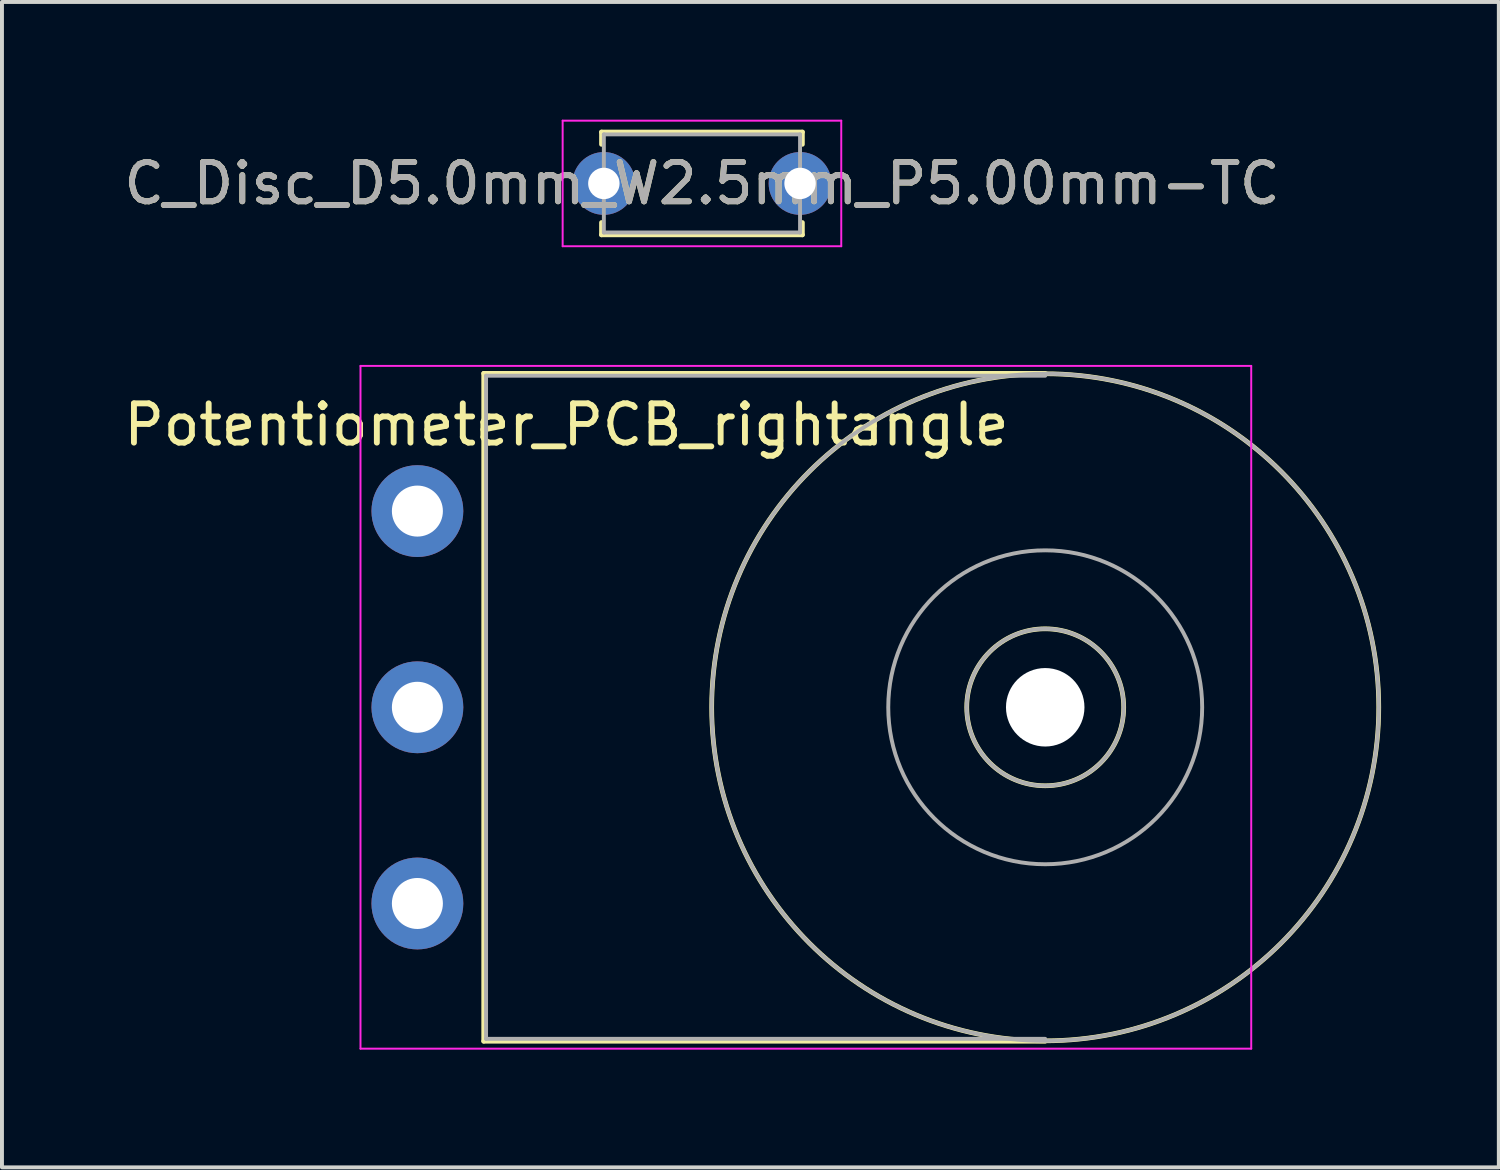
<source format=kicad_pcb>
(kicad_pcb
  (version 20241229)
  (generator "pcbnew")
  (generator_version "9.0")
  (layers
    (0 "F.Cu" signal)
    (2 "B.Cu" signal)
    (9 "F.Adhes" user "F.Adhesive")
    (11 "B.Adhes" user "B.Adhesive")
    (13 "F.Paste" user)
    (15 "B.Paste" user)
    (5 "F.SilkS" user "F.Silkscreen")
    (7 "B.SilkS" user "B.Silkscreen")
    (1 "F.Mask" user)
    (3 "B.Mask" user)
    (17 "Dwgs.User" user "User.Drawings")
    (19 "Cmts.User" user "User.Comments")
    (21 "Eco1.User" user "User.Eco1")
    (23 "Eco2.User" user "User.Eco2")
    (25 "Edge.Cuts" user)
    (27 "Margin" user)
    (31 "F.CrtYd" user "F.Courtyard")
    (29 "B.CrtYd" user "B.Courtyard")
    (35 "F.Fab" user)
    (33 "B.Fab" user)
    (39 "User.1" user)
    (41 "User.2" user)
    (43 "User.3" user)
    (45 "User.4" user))
  (footprint "Potentiometer_PCB_rightangle"
    (layer "F.Cu")
    (at 7.587 19.975)
    (property "Reference" "Potentiometer_PCB_rightangle" (at 3.8 -12.2 0) (layer "F.SilkS") (effects (font (size 1 1) (thickness 0.15))))
    (attr through_hole)
    (fp_line (start 1.69 -13.51) (end 1.69 3.51) (stroke (width 0.12) (type solid)) (layer "F.SilkS"))
    (fp_line (start 1.69 -13.51) (end 16 -13.51) (stroke (width 0.12) (type solid)) (layer "F.SilkS"))
    (fp_line (start 1.69 3.51) (end 16 3.51) (stroke (width 0.12) (type solid)) (layer "F.SilkS"))
    (fp_circle (center 16 -5) (end 18 -5) (stroke (width 0.12) (type solid)) (fill no) (layer "F.SilkS"))
    (fp_circle (center 16 -5) (end 24.5 -5) (stroke (width 0.12) (type solid)) (fill no) (layer "F.SilkS"))
    (fp_line (start -1.45 -13.7) (end -1.45 3.7) (stroke (width 0.05) (type solid)) (layer "F.CrtYd"))
    (fp_line (start -1.45 3.7) (end 21.25 3.7) (stroke (width 0.05) (type solid)) (layer "F.CrtYd"))
    (fp_line (start 21.25 -13.7) (end -1.45 -13.7) (stroke (width 0.05) (type solid)) (layer "F.CrtYd"))
    (fp_line (start 21.25 3.7) (end 21.25 -13.7) (stroke (width 0.05) (type solid)) (layer "F.CrtYd"))
    (fp_line (start 1.75 -13.45) (end 1.75 3.45) (stroke (width 0.1) (type solid)) (layer "F.Fab"))
    (fp_line (start 1.75 3.45) (end 16 3.45) (stroke (width 0.1) (type solid)) (layer "F.Fab"))
    (fp_line (start 16 -13.45) (end 1.75 -13.45) (stroke (width 0.1) (type solid)) (layer "F.Fab"))
    (fp_circle (center 16 -5) (end 18 -5) (stroke (width 0.1) (type solid)) (fill no) (layer "F.Fab"))
    (fp_circle (center 16 -5) (end 20 -5) (stroke (width 0.1) (type solid)) (fill no) (layer "F.Fab"))
    (fp_circle (center 16 -5) (end 24.5 -5) (stroke (width 0.1) (type solid)) (fill no) (layer "F.Fab"))
    (pad "" np_thru_hole circle (at 16 -5) (size 2 2) (drill 2) (layers "*.Cu" "*.Mask"))
    (pad "1" thru_hole circle (at 0 0) (size 2.34 2.34) (drill 1.3) (layers "*.Cu" "*.Mask"))
    (pad "2" thru_hole circle (at 0 -5) (size 2.34 2.34) (drill 1.3) (layers "*.Cu" "*.Mask"))
    (pad "3" thru_hole circle (at 0 -10) (size 2.34 2.34) (drill 1.3) (layers "*.Cu" "*.Mask")))
  (footprint "C_Disc_D5.0mm_W2.5mm_P5.00mm-TC"
    (layer "F.Cu")
    (at 12.339 1.625)
    (property "Reference" "C_Disc_D5.0mm_W2.5mm_P5.00mm-TC" (at 2.5 0 0) (layer "F.SilkS") (effects (font (size 1 1) (thickness 0.15))))
    (attr through_hole)
    (fp_line (start -0.06 -1.31) (end -0.06 -0.996) (stroke (width 0.12) (type solid)) (layer "F.SilkS"))
    (fp_line (start -0.06 -1.31) (end 5.06 -1.31) (stroke (width 0.12) (type solid)) (layer "F.SilkS"))
    (fp_line (start -0.06 0.996) (end -0.06 1.31) (stroke (width 0.12) (type solid)) (layer "F.SilkS"))
    (fp_line (start -0.06 1.31) (end 5.06 1.31) (stroke (width 0.12) (type solid)) (layer "F.SilkS"))
    (fp_line (start 5.06 -1.31) (end 5.06 -0.996) (stroke (width 0.12) (type solid)) (layer "F.SilkS"))
    (fp_line (start 5.06 0.996) (end 5.06 1.31) (stroke (width 0.12) (type solid)) (layer "F.SilkS"))
    (fp_line (start -1.05 -1.6) (end -1.05 1.6) (stroke (width 0.05) (type solid)) (layer "F.CrtYd"))
    (fp_line (start -1.05 1.6) (end 6.05 1.6) (stroke (width 0.05) (type solid)) (layer "F.CrtYd"))
    (fp_line (start 6.05 -1.6) (end -1.05 -1.6) (stroke (width 0.05) (type solid)) (layer "F.CrtYd"))
    (fp_line (start 6.05 1.6) (end 6.05 -1.6) (stroke (width 0.05) (type solid)) (layer "F.CrtYd"))
    (fp_line (start 0 -1.25) (end 0 1.25) (stroke (width 0.1) (type solid)) (layer "F.Fab"))
    (fp_line (start 0 1.25) (end 5 1.25) (stroke (width 0.1) (type solid)) (layer "F.Fab"))
    (fp_line (start 5 -1.25) (end 0 -1.25) (stroke (width 0.1) (type solid)) (layer "F.Fab"))
    (fp_line (start 5 1.25) (end 5 -1.25) (stroke (width 0.1) (type solid)) (layer "F.Fab"))
    (fp_text user "${REFERENCE}" (at 2.5 0 0) (layer "F.Fab") (effects (font (size 1 1) (thickness 0.15))))
    (pad "1" thru_hole circle (at 0 0) (size 1.6 1.6) (drill 0.8) (layers "*.Cu" "*.Mask"))
    (pad "2" thru_hole circle (at 5 0) (size 1.6 1.6) (drill 0.8) (layers "*.Cu" "*.Mask")))
  (gr_rect
    (start -3 -3)
    (end 35.147 26.7)
    (stroke (width 0.1) (type default))
    (fill no)
    (layer "Edge.Cuts")))
</source>
